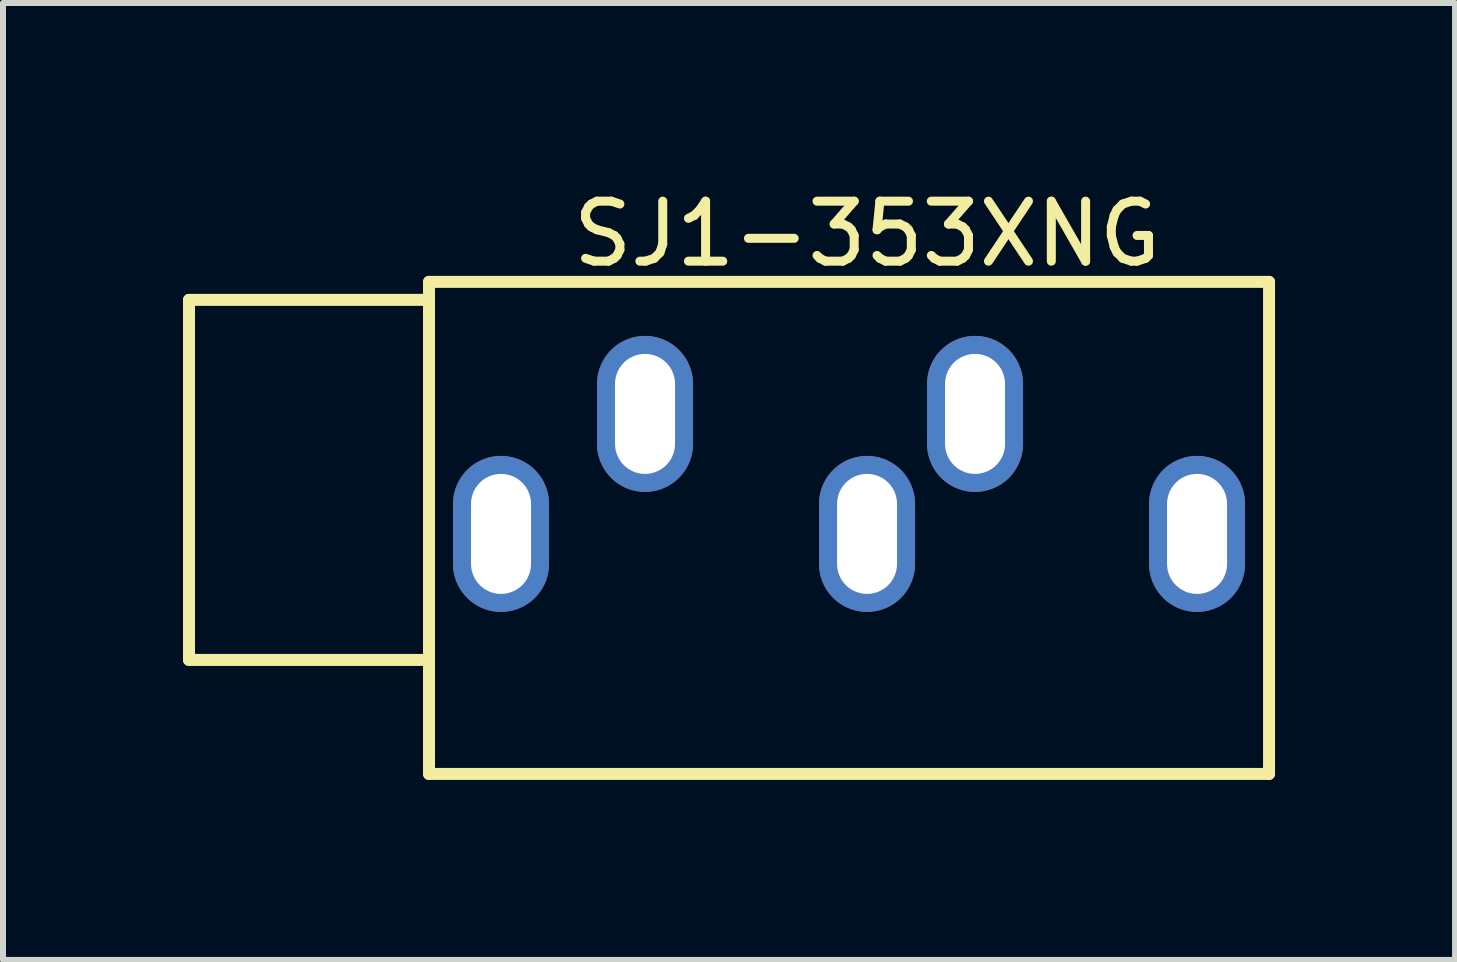
<source format=kicad_pcb>
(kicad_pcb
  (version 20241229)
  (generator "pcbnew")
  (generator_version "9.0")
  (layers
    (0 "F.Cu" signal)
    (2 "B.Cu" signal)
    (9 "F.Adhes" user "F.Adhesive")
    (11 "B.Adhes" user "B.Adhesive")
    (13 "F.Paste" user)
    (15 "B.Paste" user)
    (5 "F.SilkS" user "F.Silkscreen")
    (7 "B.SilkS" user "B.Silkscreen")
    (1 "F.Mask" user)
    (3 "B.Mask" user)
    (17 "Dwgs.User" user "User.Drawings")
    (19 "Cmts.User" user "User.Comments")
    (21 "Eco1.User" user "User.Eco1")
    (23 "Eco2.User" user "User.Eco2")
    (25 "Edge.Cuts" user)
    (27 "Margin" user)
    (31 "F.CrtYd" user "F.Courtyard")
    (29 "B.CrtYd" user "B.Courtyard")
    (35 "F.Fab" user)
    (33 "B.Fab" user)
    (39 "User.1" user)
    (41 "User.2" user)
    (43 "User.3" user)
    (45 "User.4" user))
  (footprint "SJ1-353XNG"
    (layer "F.Cu")
    (at 5.3 4.948)
    (property "Reference" "SJ1-353XNG" (at 6.1 -4.1 0) (layer "F.SilkS") (effects (font (size 1 1) (thickness 0.15))))
    (attr through_hole)
    (fp_line (start -5.2 -3) (end -1.2 -3) (stroke (width 0.2) (type solid)) (layer "F.SilkS"))
    (fp_line (start -5.2 0) (end -5.2 -3) (stroke (width 0.2) (type solid)) (layer "F.SilkS"))
    (fp_line (start -5.2 0) (end -5.2 3) (stroke (width 0.2) (type solid)) (layer "F.SilkS"))
    (fp_line (start -5.2 3) (end -1.2 3) (stroke (width 0.2) (type solid)) (layer "F.SilkS"))
    (fp_line (start -1.2 -3.3) (end 12.8 -3.3) (stroke (width 0.2) (type solid)) (layer "F.SilkS"))
    (fp_line (start -1.2 4.9) (end -1.2 -3.3) (stroke (width 0.2) (type solid)) (layer "F.SilkS"))
    (fp_line (start 12.8 -3.3) (end 12.8 4.9) (stroke (width 0.2) (type solid)) (layer "F.SilkS"))
    (fp_line (start 12.8 4.9) (end -1.2 4.9) (stroke (width 0.2) (type solid)) (layer "F.SilkS"))
    (pad "G" thru_hole oval (at 0 0.9) (size 1.6 2.6) (drill oval 1 2) (layers "*.Cu" "*.Mask"))
    (pad "S1" thru_hole oval (at 7.9 -1.1) (size 1.6 2.6) (drill oval 1 2) (layers "*.Cu" "*.Mask"))
    (pad "SN1" thru_hole oval (at 6.1 0.9) (size 1.6 2.6) (drill oval 1 2) (layers "*.Cu" "*.Mask"))
    (pad "T1" thru_hole oval (at 2.4 -1.1) (size 1.6 2.6) (drill oval 1 2) (layers "*.Cu" "*.Mask"))
    (pad "TN1" thru_hole oval (at 11.6 0.9) (size 1.6 2.6) (drill oval 1 2) (layers "*.Cu" "*.Mask")))
  (gr_rect
    (start -3 -3)
    (end 21.2 12.948)
    (stroke (width 0.1) (type default))
    (fill no)
    (layer "Edge.Cuts")))
</source>
